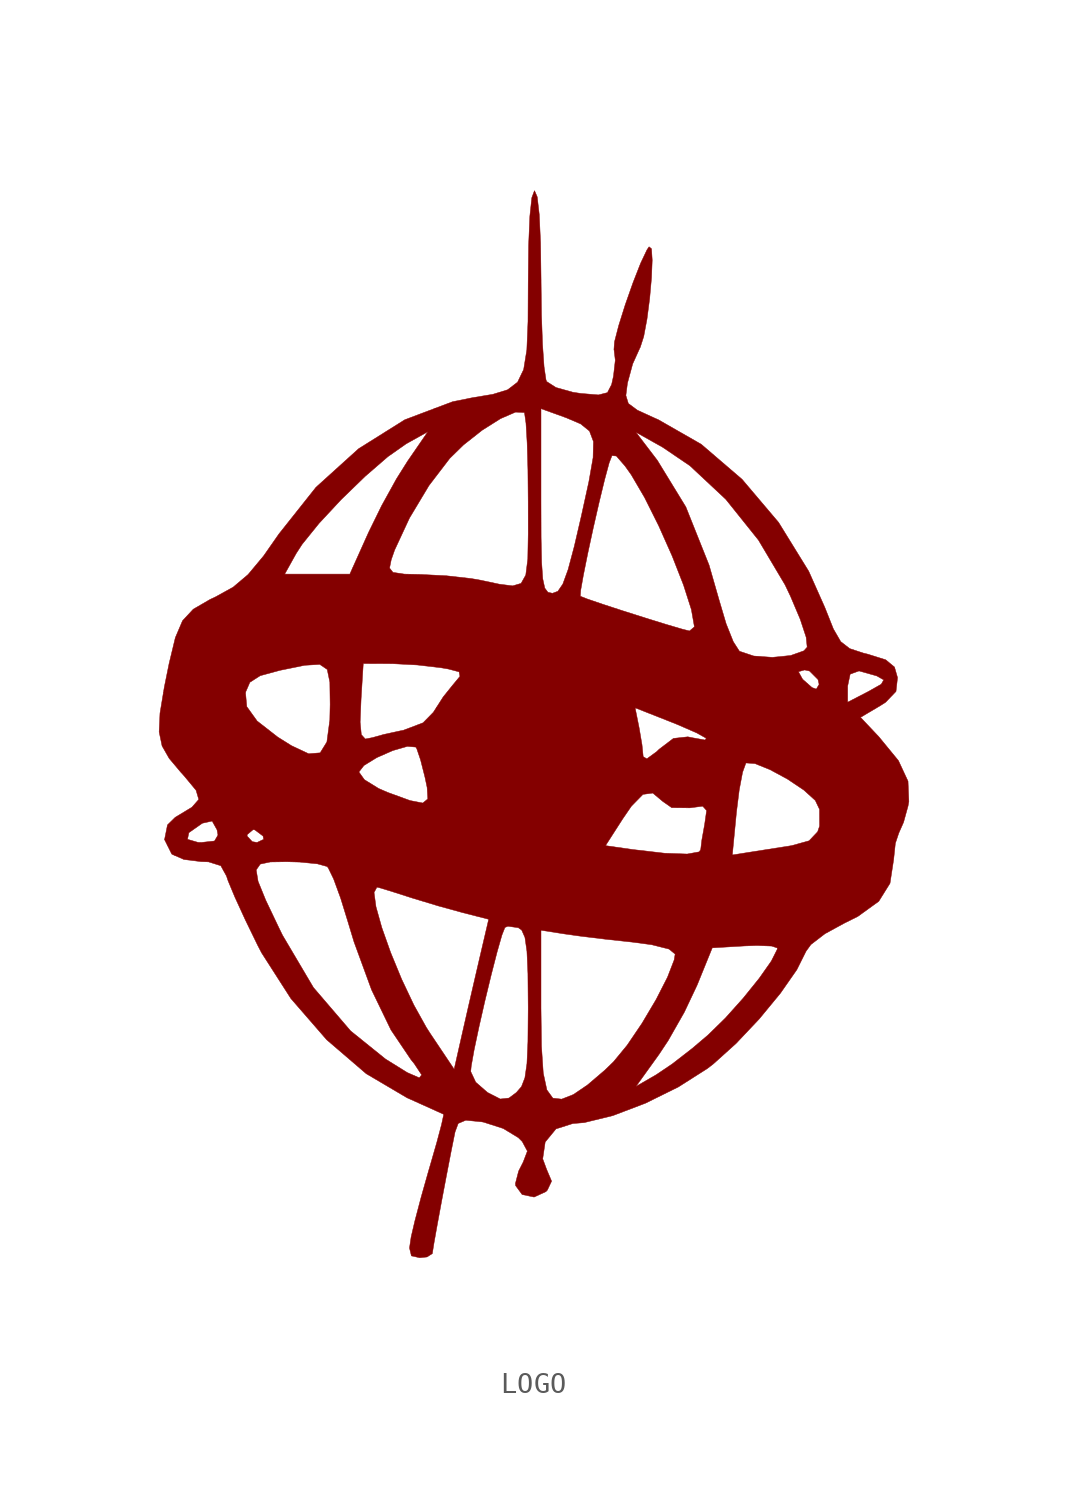
<source format=kicad_sym>
(kicad_symbol_lib
  (version 20210619)
  (generator bitmap2component)
  (symbol "LOGO"
    (pin_names
      (offset 1.016))
    (property "Reference" "#G"
      (at 0 29.603 0)
      (effects (font (size 1.27 1.27)) hide))
    (symbol "LOGO_0_0"
      (polyline (pts (xy -7.208 -25.062) (xy -6.955 -24.901) (xy -6.952 -24.869) (xy -6.878 -24.405) (xy -6.723 -23.538) (xy -6.517 -22.421) (xy -6.288 -21.213) (xy -6.067 -20.069) (xy -5.881 -19.145) (xy -5.732 -18.743) (xy -5.372 -18.591) (xy -4.619 -18.666) (xy -4.527 -18.683) (xy -3.601 -18.981) (xy -2.89 -19.412) (xy -2.701 -19.599) (xy -2.458 -20.053) (xy -2.654 -20.567) (xy -2.872 -20.997) (xy -3.024 -21.584) (xy -3.015 -21.685) (xy -2.705 -22.108) (xy -2.14 -22.227) (xy -1.583 -21.972) (xy -1.512 -21.898) (xy -1.312 -21.474) (xy -1.546 -20.921) (xy -1.732 -20.418) (xy -1.615 -19.624) (xy -1.103 -19) (xy -0.31 -18.748) (xy 0.236 -18.702) (xy 1.588 -18.372) (xy 3.134 -17.784) (xy 4.686 -17.017) (xy 6.056 -16.147) (xy 6.343 -15.926) (xy 7.417 -14.959) (xy 8.516 -13.796) (xy 9.516 -12.583) (xy 10.296 -11.465) (xy 10.733 -10.589) (xy 10.962 -10.275) (xy 11.628 -9.763) (xy 12.539 -9.266) (xy 13.183 -8.945) (xy 14.173 -8.23) (xy 14.705 -7.376) (xy 14.877 -6.255) (xy 14.877 -6.254) (xy 14.958 -5.486) (xy 15.124 -4.989) (xy 15.127 -4.985) (xy 15.347 -4.487) (xy 15.558 -3.722) (xy 15.597 -3.507) (xy 15.557 -2.544) (xy 15.103 -1.569) (xy 14.178 -0.442) (xy 13.31 0.477) (xy 14.232 1.022) (xy 14.494 1.188) (xy 14.988 1.703) (xy 15.061 2.358) (xy 14.917 2.859) (xy 14.501 3.202) (xy 13.65 3.469) (xy 13.444 3.519) (xy 12.799 3.732) (xy 12.372 4.062) (xy 12.025 4.662) (xy 11.619 5.682) (xy 10.857 7.394) (xy 9.431 9.705) (xy 7.702 11.745) (xy 5.77 13.403) (xy 3.732 14.569) (xy 3.606 14.623) (xy 2.75 15.015) (xy 2.321 15.331) (xy 2.204 15.712) (xy 2.279 16.297) (xy 2.526 17.207) (xy 2.866 17.96) (xy 2.883 17.989) (xy 3.049 18.504) (xy 3.203 19.325) (xy 3.33 20.301) (xy 3.417 21.282) (xy 3.45 22.117) (xy 3.416 22.656) (xy 3.301 22.749) (xy 3.203 22.605) (xy 2.902 21.97) (xy 2.541 21.048) (xy 2.175 20.009) (xy 1.865 19.022) (xy 1.667 18.256) (xy 1.639 17.88) (xy 1.645 17.869) (xy 1.703 17.381) (xy 1.617 16.628) (xy 1.529 16.229) (xy 1.33 15.846) (xy 0.906 15.738) (xy 0.069 15.808) (xy -0.304 15.864) (xy -1.105 16.089) (xy -1.545 16.371) (xy -1.578 16.458) (xy -1.668 17.074) (xy -1.741 18.133) (xy -1.79 19.512) (xy -1.81 21.091) (xy -1.81 21.164) (xy -1.834 22.933) (xy -1.895 24.266) (xy -1.991 25.107) (xy -2.117 25.4) (xy -2.125 25.399) (xy -2.248 25.071) (xy -2.341 24.196) (xy -2.399 22.828) (xy -2.419 21.022) (xy -2.428 19.219) (xy -2.484 17.869) (xy -2.634 16.941) (xy -2.921 16.343) (xy -3.392 15.982) (xy -4.091 15.767) (xy -5.064 15.605) (xy -5.996 15.417) (xy -6.869 15.088) (xy -1.814 15.088) (xy -0.983 14.789) (xy -0.607 14.652) (xy 0.065 14.365) (xy 0.482 14.027) (xy 0.502 13.973) (xy 2.677 13.973) (xy 3.944 13.261) (xy 5.236 12.385) (xy 6.933 10.797) (xy 8.478 8.869) (xy 9.739 6.747) (xy 9.995 6.21) (xy 10.456 5.12) (xy 10.737 4.267) (xy 10.784 3.799) (xy 10.627 3.626) (xy 10.005 3.405) (xy 9.14 3.318) (xy 8.259 3.38) (xy 7.589 3.604) (xy 7.574 3.615) (xy 7.288 4.058) (xy 6.949 4.907) (xy 6.628 5.989) (xy 6.141 7.685) (xy 5.042 10.437) (xy 3.695 12.639) (xy 2.677 13.973) (xy 0.502 13.973) (xy 0.669 13.531) (xy 0.652 12.77) (xy 0.453 11.634) (xy 0.098 10.016) (xy -0.237 8.573) (xy -0.532 7.467) (xy -0.78 6.787) (xy -1.015 6.444) (xy -1.269 6.35) (xy -1.273 6.35) (xy -1.485 6.397) (xy -1.634 6.595) (xy -1.73 7.036) (xy -1.784 7.81) (xy -1.809 9.007) (xy -1.814 10.719) (xy -1.814 15.088) (xy -6.869 15.088) (xy -8.263 14.561) (xy -10.448 13.19) (xy -12.463 11.367) (xy -14.218 9.156) (xy -14.941 8.12) (xy -15.66 7.257) (xy -13.944 7.257) (xy -13.397 8.239) (xy -13.115 8.674) (xy -12.314 9.664) (xy -11.269 10.786) (xy -10.132 11.888) (xy -9.057 12.818) (xy -8.194 13.424) (xy -7.168 13.996) (xy -8.129 12.6) (xy -8.656 11.761) (xy -9.358 10.49) (xy -9.975 9.23) (xy -10.732 7.544) (xy -8.981 7.544) (xy -8.901 7.938) (xy -8.742 8.394) (xy -8.038 9.91) (xy -7.113 11.452) (xy -6.133 12.733) (xy -5.481 13.371) (xy -4.594 14.07) (xy -3.726 14.617) (xy -3.017 14.924) (xy -2.608 14.905) (xy -2.591 14.874) (xy -2.524 14.4) (xy -2.469 13.465) (xy -2.432 12.187) (xy -2.419 10.684) (xy -2.417 9.178) (xy -2.438 7.973) (xy -2.534 7.213) (xy -2.756 6.818) (xy -3.154 6.701) (xy -3.781 6.78) (xy -4.687 6.972) (xy -5.104 7.045) (xy -6.295 7.179) (xy -7.504 7.24) (xy -8.284 7.258) (xy -8.819 7.339) (xy -8.981 7.544) (xy -10.732 7.544) (xy -10.86 7.257) (xy -13.944 7.257) (xy -15.66 7.257) (xy -15.676 7.238) (xy -16.385 6.639) (xy -17.156 6.212) (xy 0.046 6.212) (xy 0.065 6.487) (xy 0.194 7.213) (xy 0.402 8.246) (xy 0.66 9.439) (xy 0.936 10.646) (xy 1.197 11.723) (xy 1.413 12.524) (xy 1.546 12.865) (xy 1.752 12.847) (xy 2.164 12.372) (xy 2.458 11.959) (xy 3.09 10.879) (xy 3.757 9.545) (xy 4.394 8.114) (xy 4.932 6.74) (xy 5.304 5.579) (xy 5.443 4.788) (xy 5.441 4.756) (xy 5.216 4.566) (xy 4.879 4.651) (xy 4.124 4.873) (xy 3.131 5.18) (xy 2.064 5.519) (xy 1.085 5.839) (xy 0.357 6.088) (xy 0.046 6.212) (xy -17.156 6.212) (xy -17.206 6.185) (xy -17.479 6.056) (xy -18.271 5.596) (xy -18.778 5.052) (xy -19.119 4.252) (xy -19.415 3.024) (xy -19.641 1.91) (xy -19.683 1.656) (xy -15.799 1.656) (xy -15.797 1.665) (xy -15.592 2.136) (xy -15.101 2.449) (xy -14.165 2.703) (xy -12.991 2.942) (xy -12.285 2.984) (xy -11.931 2.744) (xy -11.807 2.142) (xy -11.793 1.095) (xy -11.808 0.349) (xy -11.822 0.251) (xy -10.373 0.251) (xy -10.329 1.335) (xy -10.225 3.024) (xy -8.968 3.02) (xy -8.851 3.019) (xy -7.671 2.957) (xy -6.563 2.828) (xy -6.208 2.768) (xy -5.718 2.639) (xy 10.371 2.639) (xy 10.665 2.721) (xy 10.896 2.67) (xy 11.297 2.268) (xy 11.35 2.037) (xy 11.216 1.814) (xy 11.015 1.888) (xy 10.583 2.268) (xy 10.556 2.302) (xy 10.371 2.639) (xy -5.718 2.639) (xy -5.691 2.632) (xy -5.649 2.418) (xy -5.996 1.999) (xy -6.441 1.446) (xy -6.602 1.194) (xy 12.7 1.194) (xy 12.7 1.958) (xy 12.819 2.523) (xy 13.239 2.674) (xy 14.059 2.444) (xy 14.095 2.429) (xy 14.409 2.251) (xy 14.291 2.046) (xy 13.681 1.701) (xy 12.7 1.194) (xy -6.602 1.194) (xy -6.771 0.93) (xy 2.641 0.93) (xy 4.269 0.288) (xy 4.616 0.15) (xy 5.551 -0.256) (xy 6.007 -0.511) (xy 5.953 -0.595) (xy 5.361 -0.489) (xy 5.137 -0.444) (xy 4.454 -0.519) (xy 3.773 -1.037) (xy 3.659 -1.148) (xy 3.197 -1.484) (xy 3.024 -1.385) (xy 2.968 -0.823) (xy 2.833 -0.026) (xy 2.641 0.93) (xy -6.771 0.93) (xy -6.909 0.716) (xy -7.396 0.22) (xy -8.329 -0.134) (xy -8.442 -0.155) (xy -9.256 -0.332) (xy -9.789 -0.481) (xy -10.128 -0.547) (xy -10.317 -0.341) (xy -10.373 0.251) (xy -11.822 0.251) (xy -11.947 -0.687) (xy -12.265 -1.202) (xy -12.809 -1.245) (xy -13.623 -0.863) (xy -14.274 -0.455) (xy -15.249 0.305) (xy -15.738 0.985) (xy -15.799 1.656) (xy -19.683 1.656) (xy -19.846 0.672) (xy -19.886 -0.211) (xy -19.747 -0.876) (xy -19.413 -1.462) (xy -18.871 -2.108) (xy -18.87 -2.108) (xy -10.432 -2.108) (xy -10.192 -1.8) (xy -9.584 -1.427) (xy -8.826 -1.094) (xy -8.138 -0.896) (xy -7.739 -0.929) (xy -7.692 -1.009) (xy -7.513 -1.537) (xy -7.306 -2.352) (xy -7.203 -2.841) (xy -7.171 -3.384) (xy -7.407 -3.577) (xy -8.008 -3.461) (xy -9.071 -3.074) (xy -9.5 -2.888) (xy -10.171 -2.473) (xy -10.432 -2.108) (xy -18.87 -2.108) (xy -18.693 -2.305) (xy -18.138 -2.975) (xy -18.011 -3.408) (xy -18.334 -3.776) (xy -19.125 -4.254) (xy -19.491 -4.612) (xy -19.628 -5.295) (xy -18.544 -5.295) (xy -18.479 -4.981) (xy -17.857 -4.545) (xy -17.834 -4.532) (xy -17.377 -4.431) (xy -17.146 -4.845) (xy -17.102 -5.096) (xy -17.128 -5.141) (xy -15.724 -5.141) (xy -15.716 -5.069) (xy -15.439 -4.838) (xy -15.354 -4.85) (xy -14.968 -5.141) (xy -14.939 -5.296) (xy -15.252 -5.443) (xy -15.478 -5.406) (xy -15.724 -5.141) (xy -17.128 -5.141) (xy -17.266 -5.375) (xy -17.887 -5.443) (xy -18.049 -5.439) (xy -18.544 -5.295) (xy -19.628 -5.295) (xy -19.631 -5.308) (xy -19.488 -5.594) (xy 1.24 -5.594) (xy 2.057 -4.322) (xy 2.464 -3.728) (xy 3.012 -3.168) (xy 3.478 -3.106) (xy 3.953 -3.503) (xy 4.372 -3.796) (xy 5.237 -3.806) (xy 5.242 -3.805) (xy 5.84 -3.726) (xy 6.025 -3.932) (xy 5.934 -4.574) (xy 5.933 -4.582) (xy 5.8 -5.322) (xy 5.745 -5.783) (xy 5.671 -5.889) (xy 5.107 -5.991) (xy 4.036 -5.953) (xy 2.51 -5.776) (xy 1.24 -5.594) (xy -19.488 -5.594) (xy -19.292 -5.987) (xy -19.274 -6.004) (xy -19.201 -6.036) (xy 7.242 -6.036) (xy 7.439 -4.001) (xy 7.569 -2.956) (xy 7.728 -2.118) (xy 7.88 -1.698) (xy 7.901 -1.681) (xy 8.314 -1.711) (xy 9.021 -1.996) (xy 9.849 -2.443) (xy 10.623 -2.961) (xy 11.17 -3.456) (xy 11.369 -3.876) (xy 11.371 -4.67) (xy 11.28 -4.937) (xy 10.874 -5.365) (xy 10.052 -5.593) (xy 9.991 -5.603) (xy 8.972 -5.763) (xy 8.081 -5.903) (xy 7.242 -6.036) (xy -19.201 -6.036) (xy -18.713 -6.249) (xy -17.903 -6.35) (xy -17.55 -6.362) (xy -16.967 -6.545) (xy -16.858 -6.743) (xy -15.292 -6.743) (xy -15.099 -6.467) (xy -14.622 -6.367) (xy -13.854 -6.355) (xy -13.238 -6.372) (xy -12.397 -6.455) (xy -11.939 -6.582) (xy -11.885 -6.642) (xy -11.629 -7.169) (xy -11.394 -7.811) (xy -9.715 -7.811) (xy -9.579 -7.56) (xy -9.482 -7.581) (xy -8.954 -7.739) (xy -8.143 -7.998) (xy -7.894 -8.078) (xy -6.678 -8.446) (xy -5.546 -8.758) (xy -4.289 -9.08) (xy -4.73 -10.966) (xy -4.923 -11.798) (xy -5.258 -13.247) (xy -5.547 -14.514) (xy -5.923 -16.177) (xy -7.058 -14.482) (xy -7.237 -14.203) (xy -7.831 -13.136) (xy -8.409 -11.915) (xy -8.928 -10.656) (xy -9.347 -9.475) (xy -9.623 -8.488) (xy -9.715 -7.811) (xy -11.394 -7.811) (xy -11.296 -8.08) (xy -10.943 -9.223) (xy -10.664 -10.146) (xy -9.833 -12.416) (xy -8.914 -14.317) (xy -7.96 -15.732) (xy -7.814 -15.91) (xy -7.566 -16.285) (xy -5.14 -16.285) (xy -5.115 -16.027) (xy -4.977 -15.254) (xy -4.749 -14.178) (xy -4.469 -12.947) (xy -4.17 -11.712) (xy -3.889 -10.62) (xy -3.661 -9.823) (xy -3.521 -9.468) (xy -3.381 -9.409) (xy -2.886 -9.478) (xy -2.725 -9.594) (xy -2.723 -9.599) (xy -1.814 -9.599) (xy -0.68 -9.776) (xy 0.05 -9.878) (xy 1.24 -10.023) (xy 2.495 -10.159) (xy 3.425 -10.283) (xy 4.246 -10.49) (xy 4.536 -10.728) (xy 4.49 -11.004) (xy 4.173 -11.823) (xy 3.634 -12.878) (xy 2.966 -14.004) (xy 2.264 -15.04) (xy 1.621 -15.82) (xy 1.21 -16.219) (xy 0.387 -16.921) (xy 0.283 -16.992) (xy 2.68 -16.992) (xy 3.771 -15.475) (xy 4.206 -14.819) (xy 4.969 -13.478) (xy 5.576 -12.195) (xy 6.292 -10.432) (xy 7.833 -10.341) (xy 8.407 -10.32) (xy 9.102 -10.347) (xy 9.374 -10.438) (xy 9.363 -10.511) (xy 9.086 -11.061) (xy 8.514 -11.874) (xy 7.754 -12.816) (xy 6.913 -13.754) (xy 6.099 -14.551) (xy 5.353 -15.185) (xy 4.399 -15.926) (xy 3.647 -16.433) (xy 2.68 -16.992) (xy 0.283 -16.992) (xy -0.281 -17.374) (xy -0.835 -17.592) (xy -1.252 -17.545) (xy -1.535 -17.155) (xy -1.706 -16.358) (xy -1.791 -15.088) (xy -1.814 -13.279) (xy -1.814 -9.599) (xy -2.723 -9.599) (xy -2.573 -9.94) (xy -2.479 -10.596) (xy -2.432 -11.659) (xy -2.419 -13.228) (xy -2.419 -13.339) (xy -2.432 -14.865) (xy -2.478 -15.907) (xy -2.575 -16.581) (xy -2.737 -17) (xy -2.981 -17.28) (xy -3.331 -17.541) (xy -3.739 -17.586) (xy -4.342 -17.278) (xy -4.902 -16.791) (xy -5.14 -16.285) (xy -7.566 -16.285) (xy -7.462 -16.442) (xy -7.571 -16.584) (xy -8.141 -16.335) (xy -9.173 -15.694) (xy -10.822 -14.364) (xy -12.584 -12.309) (xy -14.051 -9.827) (xy -14.209 -9.503) (xy -14.842 -8.174) (xy -15.204 -7.283) (xy -15.292 -6.743) (xy -16.858 -6.743) (xy -16.7 -7.03) (xy -16.622 -7.261) (xy -16.299 -8.036) (xy -15.807 -9.108) (xy -15.219 -10.318) (xy -15.034 -10.673) (xy -13.65 -12.832) (xy -11.958 -14.78) (xy -10.084 -16.389) (xy -8.157 -17.526) (xy -7.404 -17.865) (xy -6.719 -18.174) (xy -6.426 -18.307) (xy -6.423 -18.345) (xy -6.52 -18.793) (xy -6.744 -19.637) (xy -7.061 -20.738) (xy -7.13 -20.972) (xy -7.487 -22.233) (xy -7.782 -23.354) (xy -7.96 -24.115) (xy -8.037 -24.637) (xy -7.946 -25.011) (xy -7.552 -25.098) (xy -7.208 -25.062)) (stroke (width 0.01)) (fill (type outline))))))
</source>
